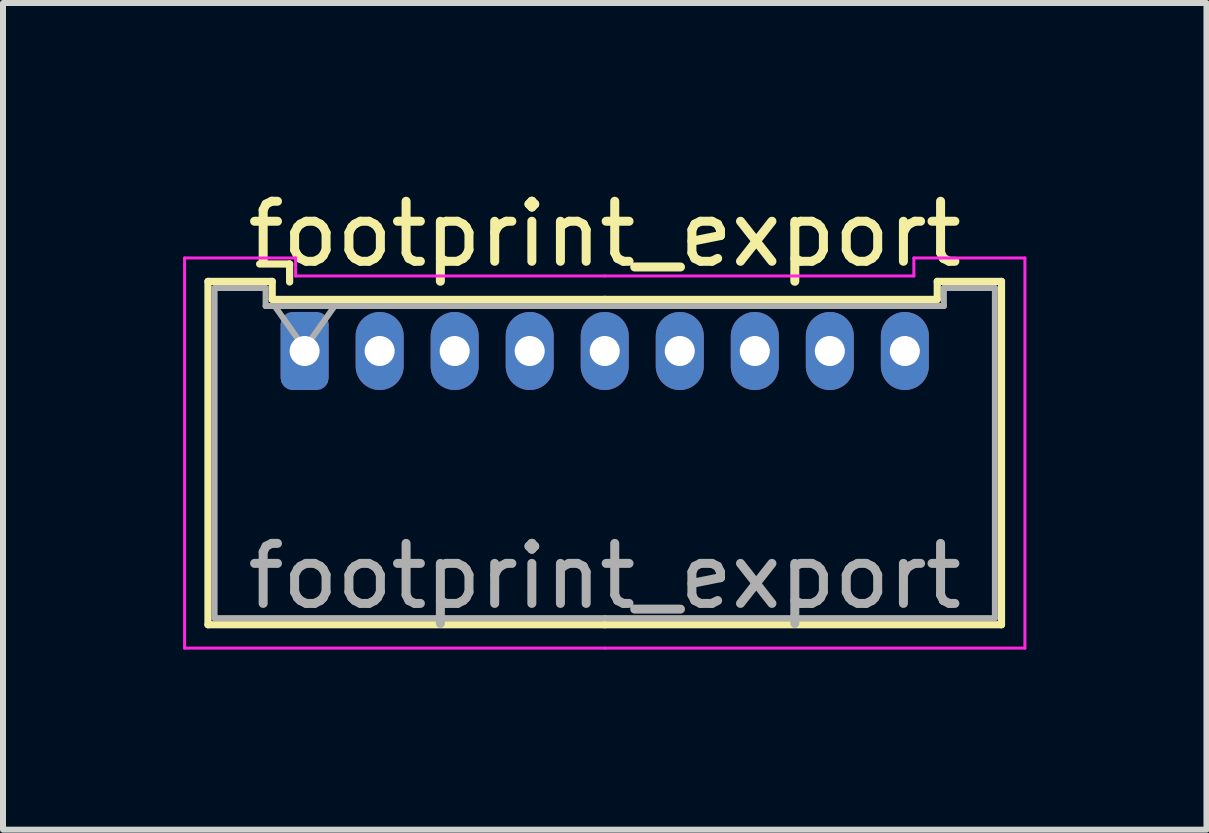
<source format=kicad_pcb>
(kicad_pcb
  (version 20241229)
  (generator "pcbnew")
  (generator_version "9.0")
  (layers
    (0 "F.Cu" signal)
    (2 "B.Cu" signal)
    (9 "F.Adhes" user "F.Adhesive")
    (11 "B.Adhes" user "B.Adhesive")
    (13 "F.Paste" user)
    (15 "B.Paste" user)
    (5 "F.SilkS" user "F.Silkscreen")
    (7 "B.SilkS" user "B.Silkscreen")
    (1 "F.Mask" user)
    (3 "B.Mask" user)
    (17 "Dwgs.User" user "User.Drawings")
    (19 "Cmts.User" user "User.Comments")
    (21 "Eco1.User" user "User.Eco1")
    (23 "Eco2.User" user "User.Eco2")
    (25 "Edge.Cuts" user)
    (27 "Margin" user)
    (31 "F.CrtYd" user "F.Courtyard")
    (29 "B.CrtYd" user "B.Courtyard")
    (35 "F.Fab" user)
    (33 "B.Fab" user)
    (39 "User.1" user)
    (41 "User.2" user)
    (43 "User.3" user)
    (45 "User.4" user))
  (footprint "footprint_export"
    (layer "F.Cu")
    (at 2.025 2.798)
    (property "Reference" "footprint_export" (at 5 -1.95 0) (layer "F.SilkS") (effects (font (size 1 1) (thickness 0.15))))
    (attr through_hole)
    (fp_line (start -1.61 -1.16) (end -1.61 4.56) (stroke (width 0.12) (type solid)) (layer "F.SilkS"))
    (fp_line (start -1.61 4.56) (end 5 4.56) (stroke (width 0.12) (type solid)) (layer "F.SilkS"))
    (fp_line (start -0.54 -1.16) (end -1.61 -1.16) (stroke (width 0.12) (type solid)) (layer "F.SilkS"))
    (fp_line (start -0.54 -0.86) (end -0.54 -1.16) (stroke (width 0.12) (type solid)) (layer "F.SilkS"))
    (fp_line (start -0.25 -1.45) (end -0.75 -1.45) (stroke (width 0.12) (type solid)) (layer "F.SilkS"))
    (fp_line (start -0.25 -1.15) (end -0.25 -1.45) (stroke (width 0.12) (type solid)) (layer "F.SilkS"))
    (fp_line (start 5 -0.86) (end -0.54 -0.86) (stroke (width 0.12) (type solid)) (layer "F.SilkS"))
    (fp_line (start 5 -0.86) (end 10.54 -0.86) (stroke (width 0.12) (type solid)) (layer "F.SilkS"))
    (fp_line (start 10.54 -1.16) (end 11.61 -1.16) (stroke (width 0.12) (type solid)) (layer "F.SilkS"))
    (fp_line (start 10.54 -0.86) (end 10.54 -1.16) (stroke (width 0.12) (type solid)) (layer "F.SilkS"))
    (fp_line (start 11.61 -1.16) (end 11.61 4.56) (stroke (width 0.12) (type solid)) (layer "F.SilkS"))
    (fp_line (start 11.61 4.56) (end 5 4.56) (stroke (width 0.12) (type solid)) (layer "F.SilkS"))
    (fp_line (start -2 -1.55) (end -2 4.95) (stroke (width 0.05) (type solid)) (layer "F.CrtYd"))
    (fp_line (start -2 4.95) (end 5 4.95) (stroke (width 0.05) (type solid)) (layer "F.CrtYd"))
    (fp_line (start -0.15 -1.55) (end -2 -1.55) (stroke (width 0.05) (type solid)) (layer "F.CrtYd"))
    (fp_line (start -0.15 -1.25) (end -0.15 -1.55) (stroke (width 0.05) (type solid)) (layer "F.CrtYd"))
    (fp_line (start 5 -1.25) (end -0.15 -1.25) (stroke (width 0.05) (type solid)) (layer "F.CrtYd"))
    (fp_line (start 5 -1.25) (end 10.15 -1.25) (stroke (width 0.05) (type solid)) (layer "F.CrtYd"))
    (fp_line (start 10.15 -1.55) (end 12 -1.55) (stroke (width 0.05) (type solid)) (layer "F.CrtYd"))
    (fp_line (start 10.15 -1.25) (end 10.15 -1.55) (stroke (width 0.05) (type solid)) (layer "F.CrtYd"))
    (fp_line (start 12 -1.55) (end 12 4.95) (stroke (width 0.05) (type solid)) (layer "F.CrtYd"))
    (fp_line (start 12 4.95) (end 5 4.95) (stroke (width 0.05) (type solid)) (layer "F.CrtYd"))
    (fp_line (start -1.5 -1.05) (end -1.5 4.45) (stroke (width 0.1) (type solid)) (layer "F.Fab"))
    (fp_line (start -1.5 4.45) (end 5 4.45) (stroke (width 0.1) (type solid)) (layer "F.Fab"))
    (fp_line (start -0.65 -1.05) (end -1.5 -1.05) (stroke (width 0.1) (type solid)) (layer "F.Fab"))
    (fp_line (start -0.65 -0.75) (end -0.65 -1.05) (stroke (width 0.1) (type solid)) (layer "F.Fab"))
    (fp_line (start -0.5 -0.75) (end 0 -0.043) (stroke (width 0.1) (type solid)) (layer "F.Fab"))
    (fp_line (start 0 -0.043) (end 0.5 -0.75) (stroke (width 0.1) (type solid)) (layer "F.Fab"))
    (fp_line (start 5 -0.75) (end -0.65 -0.75) (stroke (width 0.1) (type solid)) (layer "F.Fab"))
    (fp_line (start 5 -0.75) (end 10.65 -0.75) (stroke (width 0.1) (type solid)) (layer "F.Fab"))
    (fp_line (start 10.65 -1.05) (end 11.5 -1.05) (stroke (width 0.1) (type solid)) (layer "F.Fab"))
    (fp_line (start 10.65 -0.75) (end 10.65 -1.05) (stroke (width 0.1) (type solid)) (layer "F.Fab"))
    (fp_line (start 11.5 -1.05) (end 11.5 4.45) (stroke (width 0.1) (type solid)) (layer "F.Fab"))
    (fp_line (start 11.5 4.45) (end 5 4.45) (stroke (width 0.1) (type solid)) (layer "F.Fab"))
    (fp_text user "${REFERENCE}" (at 5 3.75 0) (layer "F.Fab") (effects (font (size 1 1) (thickness 0.15))))
    (pad "1" thru_hole roundrect (at 0 0) (size 0.8 1.3) (drill 0.5) (layers "*.Cu" "*.Mask") (roundrect_rratio 0.25))
    (pad "2" thru_hole oval (at 1.25 0) (size 0.8 1.3) (drill 0.5) (layers "*.Cu" "*.Mask"))
    (pad "3" thru_hole oval (at 2.5 0) (size 0.8 1.3) (drill 0.5) (layers "*.Cu" "*.Mask"))
    (pad "4" thru_hole oval (at 3.75 0) (size 0.8 1.3) (drill 0.5) (layers "*.Cu" "*.Mask"))
    (pad "5" thru_hole oval (at 5 0) (size 0.8 1.3) (drill 0.5) (layers "*.Cu" "*.Mask"))
    (pad "6" thru_hole oval (at 6.25 0) (size 0.8 1.3) (drill 0.5) (layers "*.Cu" "*.Mask"))
    (pad "7" thru_hole oval (at 7.5 0) (size 0.8 1.3) (drill 0.5) (layers "*.Cu" "*.Mask"))
    (pad "8" thru_hole oval (at 8.75 0) (size 0.8 1.3) (drill 0.5) (layers "*.Cu" "*.Mask"))
    (pad "9" thru_hole oval (at 10 0) (size 0.8 1.3) (drill 0.5) (layers "*.Cu" "*.Mask")))
  (gr_rect
    (start -3 -3)
    (end 17.05 10.773)
    (stroke (width 0.1) (type default))
    (fill no)
    (layer "Edge.Cuts")))
</source>
